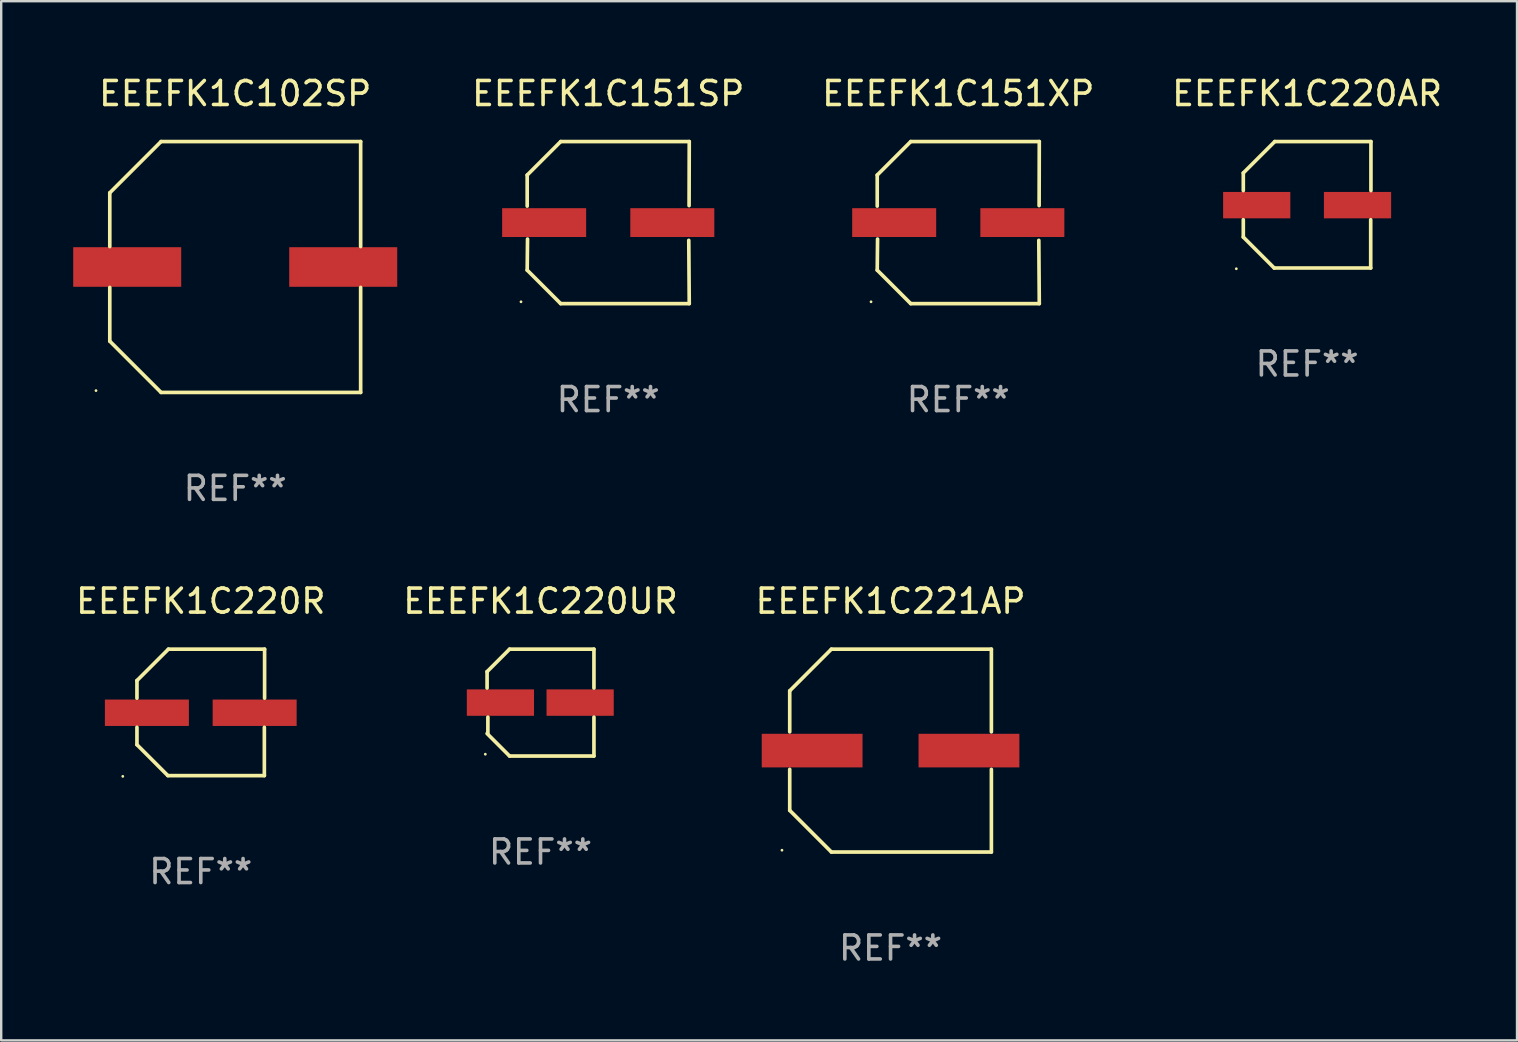
<source format=kicad_pcb>
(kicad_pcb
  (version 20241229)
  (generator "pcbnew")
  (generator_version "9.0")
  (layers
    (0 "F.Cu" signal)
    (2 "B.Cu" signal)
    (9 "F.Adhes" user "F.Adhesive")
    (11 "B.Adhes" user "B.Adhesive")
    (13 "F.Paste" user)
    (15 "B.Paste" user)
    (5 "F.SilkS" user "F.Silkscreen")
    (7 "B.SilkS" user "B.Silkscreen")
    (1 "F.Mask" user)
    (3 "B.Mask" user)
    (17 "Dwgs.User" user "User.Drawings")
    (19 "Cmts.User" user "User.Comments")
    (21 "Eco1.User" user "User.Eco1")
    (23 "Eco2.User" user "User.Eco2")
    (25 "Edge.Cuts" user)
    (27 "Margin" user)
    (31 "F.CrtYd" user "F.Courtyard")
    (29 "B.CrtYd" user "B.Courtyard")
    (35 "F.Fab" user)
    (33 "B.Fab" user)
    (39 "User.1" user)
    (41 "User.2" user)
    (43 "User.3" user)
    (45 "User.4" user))
  (footprint "EEEFK1C151XP"
    (layer "F.Cu")
    (at 36.875 6.224)
    (property "Reference" "EEEFK1C151XP" (at 0 -5.376 0) (layer "F.SilkS") (effects (font (size 1 1) (thickness 0.15))))
    (attr through_hole)
    (fp_line (start -3.376 -1.98) (end -3.376 -0.686) (stroke (width 0.152) (type solid)) (layer "F.SilkS"))
    (fp_line (start -3.376 1.981) (end -3.362 0.686) (stroke (width 0.152) (type solid)) (layer "F.SilkS"))
    (fp_line (start -1.981 3.376) (end -3.376 1.981) (stroke (width 0.152) (type solid)) (layer "F.SilkS"))
    (fp_line (start -1.98 -3.376) (end -3.376 -1.98) (stroke (width 0.152) (type solid)) (layer "F.SilkS"))
    (fp_line (start 3.356 0.74) (end 3.376 3.376) (stroke (width 0.152) (type solid)) (layer "F.SilkS"))
    (fp_line (start 3.369 -0.707) (end 3.376 -3.376) (stroke (width 0.152) (type solid)) (layer "F.SilkS"))
    (fp_line (start 3.376 3.376) (end -1.981 3.376) (stroke (width 0.152) (type solid)) (layer "F.SilkS"))
    (fp_line (start 3.376 -3.376) (end -1.98 -3.376) (stroke (width 0.152) (type solid)) (layer "F.SilkS"))
    (fp_circle (center -3.634 3.3) (end -3.604 3.3) (stroke (width 0.06) (type solid)) (fill no) (layer "F.SilkS"))
    (fp_text user "REF**" (at 0 7.376 0) (layer "F.Fab") (effects (font (size 1 1) (thickness 0.15))))
    (pad "1" smd rect (at -2.67 0.000254) (size 3.5 1.2) (layers "F.Cu" "F.Mask" "F.Paste"))
    (pad "2" smd rect (at 2.67 0.000254) (size 3.5 1.2) (layers "F.Cu" "F.Mask" "F.Paste")))
  (footprint "EEEFK1C151SP"
    (layer "F.Cu")
    (at 22.291 6.224)
    (property "Reference" "EEEFK1C151SP" (at 0 -5.376 0) (layer "F.SilkS") (effects (font (size 1 1) (thickness 0.15))))
    (attr through_hole)
    (fp_line (start -3.376 -1.98) (end -3.376 -0.686) (stroke (width 0.152) (type solid)) (layer "F.SilkS"))
    (fp_line (start -3.376 1.981) (end -3.362 0.686) (stroke (width 0.152) (type solid)) (layer "F.SilkS"))
    (fp_line (start -1.981 3.376) (end -3.376 1.981) (stroke (width 0.152) (type solid)) (layer "F.SilkS"))
    (fp_line (start -1.98 -3.376) (end -3.376 -1.98) (stroke (width 0.152) (type solid)) (layer "F.SilkS"))
    (fp_line (start 3.356 0.74) (end 3.376 3.376) (stroke (width 0.152) (type solid)) (layer "F.SilkS"))
    (fp_line (start 3.369 -0.707) (end 3.376 -3.376) (stroke (width 0.152) (type solid)) (layer "F.SilkS"))
    (fp_line (start 3.376 3.376) (end -1.981 3.376) (stroke (width 0.152) (type solid)) (layer "F.SilkS"))
    (fp_line (start 3.376 -3.376) (end -1.98 -3.376) (stroke (width 0.152) (type solid)) (layer "F.SilkS"))
    (fp_circle (center -3.634 3.3) (end -3.604 3.3) (stroke (width 0.06) (type solid)) (fill no) (layer "F.SilkS"))
    (fp_text user "REF**" (at 0 7.376 0) (layer "F.Fab") (effects (font (size 1 1) (thickness 0.15))))
    (pad "1" smd rect (at -2.67 0.000254) (size 3.5 1.2) (layers "F.Cu" "F.Mask" "F.Paste"))
    (pad "2" smd rect (at 2.67 0.000254) (size 3.5 1.2) (layers "F.Cu" "F.Mask" "F.Paste")))
  (footprint "EEEFK1C220AR"
    (layer "F.Cu")
    (at 51.41 5.482)
    (property "Reference" "EEEFK1C220AR" (at 0 -4.634 0) (layer "F.SilkS") (effects (font (size 1 1) (thickness 0.15))))
    (attr through_hole)
    (fp_line (start -2.659 -1.326) (end -2.659 -0.592) (stroke (width 0.152) (type solid)) (layer "F.SilkS"))
    (fp_line (start -2.659 1.346) (end -2.659 0.622) (stroke (width 0.152) (type solid)) (layer "F.SilkS"))
    (fp_line (start -1.372 2.634) (end -2.659 1.346) (stroke (width 0.152) (type solid)) (layer "F.SilkS"))
    (fp_line (start -1.349 -2.634) (end -2.659 -1.326) (stroke (width 0.152) (type solid)) (layer "F.SilkS"))
    (fp_line (start 2.649 0.622) (end 2.649 2.634) (stroke (width 0.152) (type solid)) (layer "F.SilkS"))
    (fp_line (start 2.649 2.634) (end -1.372 2.634) (stroke (width 0.152) (type solid)) (layer "F.SilkS"))
    (fp_line (start 2.659 -2.634) (end -1.349 -2.634) (stroke (width 0.152) (type solid)) (layer "F.SilkS"))
    (fp_line (start 2.659 -0.592) (end 2.659 -2.634) (stroke (width 0.152) (type solid)) (layer "F.SilkS"))
    (fp_circle (center -2.95 2.665) (end -2.92 2.665) (stroke (width 0.06) (type solid)) (fill no) (layer "F.SilkS"))
    (fp_text user "REF**" (at 0 6.634 0) (layer "F.Fab") (effects (font (size 1 1) (thickness 0.15))))
    (pad "1" smd rect (at -2.1 0.015) (size 2.8 1.1) (layers "F.Cu" "F.Mask" "F.Paste"))
    (pad "2" smd rect (at 2.1 0.015) (size 2.8 1.1) (layers "F.Cu" "F.Mask" "F.Paste")))
  (footprint "EEEFK1C221AP"
    (layer "F.Cu")
    (at 34.054 28.223)
    (property "Reference" "EEEFK1C221AP" (at 0 -6.226 0) (layer "F.SilkS") (effects (font (size 1 1) (thickness 0.15))))
    (attr through_hole)
    (fp_line (start -4.201 -2.49) (end -4.201 -0.782) (stroke (width 0.152) (type solid)) (layer "F.SilkS"))
    (fp_line (start -4.201 2.49) (end -4.201 0.782) (stroke (width 0.152) (type solid)) (layer "F.SilkS"))
    (fp_line (start -2.465 -4.226) (end -4.201 -2.49) (stroke (width 0.152) (type solid)) (layer "F.SilkS"))
    (fp_line (start -2.465 4.226) (end -4.201 2.49) (stroke (width 0.152) (type solid)) (layer "F.SilkS"))
    (fp_line (start 4.201 -4.226) (end -2.465 -4.226) (stroke (width 0.152) (type solid)) (layer "F.SilkS"))
    (fp_line (start 4.201 -0.782) (end 4.201 -4.226) (stroke (width 0.152) (type solid)) (layer "F.SilkS"))
    (fp_line (start 4.201 0.782) (end 4.201 4.226) (stroke (width 0.152) (type solid)) (layer "F.SilkS"))
    (fp_line (start 4.201 4.226) (end -2.465 4.226) (stroke (width 0.152) (type solid)) (layer "F.SilkS"))
    (fp_circle (center -4.524 4.15) (end -4.494 4.15) (stroke (width 0.06) (type solid)) (fill no) (layer "F.SilkS"))
    (fp_text user "REF**" (at 0 8.226 0) (layer "F.Fab") (effects (font (size 1 1) (thickness 0.15))))
    (pad "1" smd rect (at -3.267 0) (size 4.2 1.4) (layers "F.Cu" "F.Mask" "F.Paste"))
    (pad "2" smd rect (at 3.267 0) (size 4.2 1.4) (layers "F.Cu" "F.Mask" "F.Paste")))
  (footprint "EEEFK1C220R"
    (layer "F.Cu")
    (at 5.315 26.631)
    (property "Reference" "EEEFK1C220R" (at 0 -4.634 0) (layer "F.SilkS") (effects (font (size 1 1) (thickness 0.15))))
    (attr through_hole)
    (fp_line (start -2.659 -1.326) (end -2.659 -0.592) (stroke (width 0.152) (type solid)) (layer "F.SilkS"))
    (fp_line (start -2.659 1.346) (end -2.659 0.622) (stroke (width 0.152) (type solid)) (layer "F.SilkS"))
    (fp_line (start -1.372 2.634) (end -2.659 1.346) (stroke (width 0.152) (type solid)) (layer "F.SilkS"))
    (fp_line (start -1.349 -2.634) (end -2.659 -1.326) (stroke (width 0.152) (type solid)) (layer "F.SilkS"))
    (fp_line (start 2.649 0.622) (end 2.649 2.634) (stroke (width 0.152) (type solid)) (layer "F.SilkS"))
    (fp_line (start 2.649 2.634) (end -1.372 2.634) (stroke (width 0.152) (type solid)) (layer "F.SilkS"))
    (fp_line (start 2.659 -2.634) (end -1.349 -2.634) (stroke (width 0.152) (type solid)) (layer "F.SilkS"))
    (fp_line (start 2.659 -0.592) (end 2.659 -2.634) (stroke (width 0.152) (type solid)) (layer "F.SilkS"))
    (fp_circle (center -3.249 2.665) (end -3.219 2.665) (stroke (width 0.06) (type solid)) (fill no) (layer "F.SilkS"))
    (fp_text user "REF**" (at 0 6.634 0) (layer "F.Fab") (effects (font (size 1 1) (thickness 0.15))))
    (pad "1" smd rect (at -2.245 0.015) (size 3.5 1.1) (layers "F.Cu" "F.Mask" "F.Paste"))
    (pad "2" smd rect (at 2.245 0.015) (size 3.5 1.1) (layers "F.Cu" "F.Mask" "F.Paste")))
  (footprint "EEEFK1C220UR"
    (layer "F.Cu")
    (at 19.47 26.223)
    (property "Reference" "EEEFK1C220UR" (at 0 -4.226 0) (layer "F.SilkS") (effects (font (size 1 1) (thickness 0.15))))
    (attr through_hole)
    (fp_line (start -2.226 -1.29) (end -2.226 -0.607) (stroke (width 0.152) (type solid)) (layer "F.SilkS"))
    (fp_line (start -2.193 1.29) (end -2.193 0.607) (stroke (width 0.152) (type solid)) (layer "F.SilkS"))
    (fp_line (start -1.29 2.226) (end -2.226 1.29) (stroke (width 0.152) (type solid)) (layer "F.SilkS"))
    (fp_line (start -1.29 -2.226) (end -2.226 -1.29) (stroke (width 0.152) (type solid)) (layer "F.SilkS"))
    (fp_line (start 2.226 -2.226) (end -1.29 -2.226) (stroke (width 0.152) (type solid)) (layer "F.SilkS"))
    (fp_line (start 2.226 -0.607) (end 2.226 -2.226) (stroke (width 0.152) (type solid)) (layer "F.SilkS"))
    (fp_line (start 2.226 0.607) (end 2.226 2.226) (stroke (width 0.152) (type solid)) (layer "F.SilkS"))
    (fp_line (start 2.226 2.226) (end -1.29 2.226) (stroke (width 0.152) (type solid)) (layer "F.SilkS"))
    (fp_circle (center -2.3 2.15) (end -2.27 2.15) (stroke (width 0.06) (type solid)) (fill no) (layer "F.SilkS"))
    (fp_text user "REF**" (at 0 6.226 0) (layer "F.Fab") (effects (font (size 1 1) (thickness 0.15))))
    (pad "1" smd rect (at -1.67 -0.000025) (size 2.8 1.1) (layers "F.Cu" "F.Mask" "F.Paste"))
    (pad "2" smd rect (at 1.651 -0.000025) (size 2.8 1.1) (layers "F.Cu" "F.Mask" "F.Paste")))
  (footprint "EEEFK1C102SP"
    (layer "F.Cu")
    (at 6.75 8.074)
    (property "Reference" "EEEFK1C102SP" (at 0 -7.226 0) (layer "F.SilkS") (effects (font (size 1 1) (thickness 0.15))))
    (attr through_hole)
    (fp_line (start -5.226 -3.09) (end -5.226 -0.852) (stroke (width 0.152) (type solid)) (layer "F.SilkS"))
    (fp_line (start -5.226 3.09) (end -5.226 0.852) (stroke (width 0.152) (type solid)) (layer "F.SilkS"))
    (fp_line (start -3.09 -5.226) (end -5.226 -3.09) (stroke (width 0.152) (type solid)) (layer "F.SilkS"))
    (fp_line (start -3.09 5.226) (end -5.226 3.09) (stroke (width 0.152) (type solid)) (layer "F.SilkS"))
    (fp_line (start 5.226 -5.226) (end -3.09 -5.226) (stroke (width 0.152) (type solid)) (layer "F.SilkS"))
    (fp_line (start 5.226 -0.852) (end 5.226 -5.226) (stroke (width 0.152) (type solid)) (layer "F.SilkS"))
    (fp_line (start 5.226 0.852) (end 5.226 5.226) (stroke (width 0.152) (type solid)) (layer "F.SilkS"))
    (fp_line (start 5.226 5.226) (end -3.09 5.226) (stroke (width 0.152) (type solid)) (layer "F.SilkS"))
    (fp_circle (center -5.8 5.15) (end -5.77 5.15) (stroke (width 0.06) (type solid)) (fill no) (layer "F.SilkS"))
    (fp_text user "REF**" (at 0 9.226 0) (layer "F.Fab") (effects (font (size 1 1) (thickness 0.15))))
    (pad "1" smd rect (at -4.5 0) (size 4.5 1.65) (layers "F.Cu" "F.Mask" "F.Paste"))
    (pad "2" smd rect (at 4.5 0) (size 4.5 1.65) (layers "F.Cu" "F.Mask" "F.Paste")))
  (gr_rect
    (start -3 -3)
    (end 60.155 40.298)
    (stroke (width 0.1) (type default))
    (fill no)
    (layer "Edge.Cuts")))
</source>
